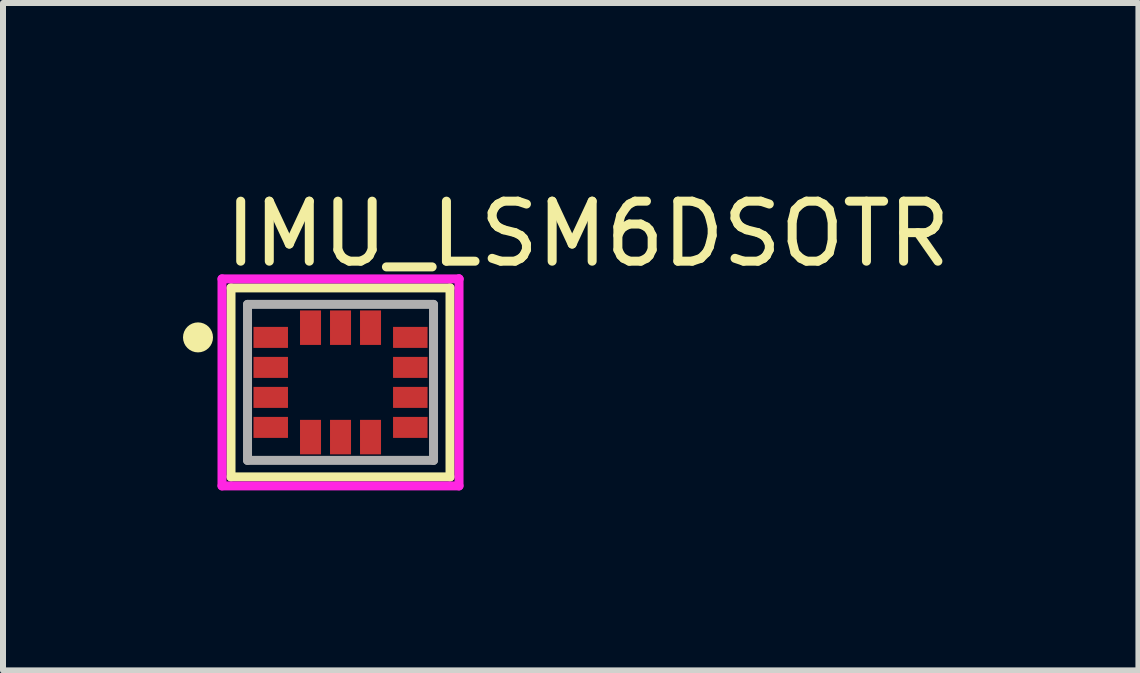
<source format=kicad_pcb>
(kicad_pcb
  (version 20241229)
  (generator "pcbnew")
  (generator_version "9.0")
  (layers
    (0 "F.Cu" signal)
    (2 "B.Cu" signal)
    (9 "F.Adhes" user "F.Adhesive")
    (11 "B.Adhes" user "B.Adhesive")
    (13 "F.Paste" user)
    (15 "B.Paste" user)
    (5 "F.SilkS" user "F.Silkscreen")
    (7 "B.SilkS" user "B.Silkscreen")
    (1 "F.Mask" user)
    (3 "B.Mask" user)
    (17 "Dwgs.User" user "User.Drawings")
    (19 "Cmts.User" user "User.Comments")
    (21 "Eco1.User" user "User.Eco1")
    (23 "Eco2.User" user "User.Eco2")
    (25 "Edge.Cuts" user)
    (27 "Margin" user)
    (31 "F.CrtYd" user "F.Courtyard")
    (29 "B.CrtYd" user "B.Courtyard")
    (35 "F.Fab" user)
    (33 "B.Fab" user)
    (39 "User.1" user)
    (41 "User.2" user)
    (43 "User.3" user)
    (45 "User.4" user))
  (footprint "IMU_LSM6DSOTR"
    (layer "F.Cu")
    (at 2.625 3.323)
    (property "Reference" "IMU_LSM6DSOTR" (at -2 -2.475 0) (layer "F.SilkS") (effects (font (size 1 1) (thickness 0.15)) (justify left)))
    (attr through_hole)
    (fp_line (start -1.825 -1.575) (end 1.825 -1.575) (stroke (width 0.15) (type solid)) (layer "F.SilkS"))
    (fp_line (start -1.825 1.575) (end -1.825 -1.575) (stroke (width 0.15) (type solid)) (layer "F.SilkS"))
    (fp_line (start 1.825 -1.575) (end 1.825 1.575) (stroke (width 0.15) (type solid)) (layer "F.SilkS"))
    (fp_line (start 1.825 1.575) (end -1.825 1.575) (stroke (width 0.15) (type solid)) (layer "F.SilkS"))
    (fp_circle (center -2.375 -0.75) (end -2.25 -0.75) (stroke (width 0.25) (type solid)) (fill no) (layer "F.SilkS"))
    (fp_line (start -1.975 -1.725) (end -1.975 1.725) (stroke (width 0.15) (type solid)) (layer "F.CrtYd"))
    (fp_line (start -1.975 1.725) (end 1.975 1.725) (stroke (width 0.15) (type solid)) (layer "F.CrtYd"))
    (fp_line (start 1.975 -1.725) (end -1.975 -1.725) (stroke (width 0.15) (type solid)) (layer "F.CrtYd"))
    (fp_line (start 1.975 -1.725) (end 1.975 -1.725) (stroke (width 0.15) (type solid)) (layer "F.CrtYd"))
    (fp_line (start 1.975 1.725) (end 1.975 -1.725) (stroke (width 0.15) (type solid)) (layer "F.CrtYd"))
    (fp_line (start -1.55 -1.3) (end 1.55 -1.3) (stroke (width 0.15) (type solid)) (layer "F.Fab"))
    (fp_line (start -1.55 1.3) (end -1.55 -1.3) (stroke (width 0.15) (type solid)) (layer "F.Fab"))
    (fp_line (start 1.55 -1.3) (end 1.55 1.3) (stroke (width 0.15) (type solid)) (layer "F.Fab"))
    (fp_line (start 1.55 1.3) (end -1.55 1.3) (stroke (width 0.15) (type solid)) (layer "F.Fab"))
    (pad "1" smd rect (at -1.163 -0.75) (size 0.575 0.35) (layers "F.Cu" "F.Mask" "F.Paste"))
    (pad "2" smd rect (at -1.163 -0.25) (size 0.575 0.35) (layers "F.Cu" "F.Mask" "F.Paste"))
    (pad "3" smd rect (at -1.163 0.25) (size 0.575 0.35) (layers "F.Cu" "F.Mask" "F.Paste"))
    (pad "4" smd rect (at -1.163 0.75) (size 0.575 0.35) (layers "F.Cu" "F.Mask" "F.Paste"))
    (pad "5" smd rect (at -0.5 0.912) (size 0.35 0.575) (layers "F.Cu" "F.Mask" "F.Paste"))
    (pad "6" smd rect (at 0 0.912) (size 0.35 0.575) (layers "F.Cu" "F.Mask" "F.Paste"))
    (pad "7" smd rect (at 0.5 0.912) (size 0.35 0.575) (layers "F.Cu" "F.Mask" "F.Paste"))
    (pad "8" smd rect (at 1.163 0.75) (size 0.575 0.35) (layers "F.Cu" "F.Mask" "F.Paste"))
    (pad "9" smd rect (at 1.163 0.25) (size 0.575 0.35) (layers "F.Cu" "F.Mask" "F.Paste"))
    (pad "10" smd rect (at 1.163 -0.25) (size 0.575 0.35) (layers "F.Cu" "F.Mask" "F.Paste"))
    (pad "11" smd rect (at 1.163 -0.75) (size 0.575 0.35) (layers "F.Cu" "F.Mask" "F.Paste"))
    (pad "12" smd rect (at 0.5 -0.912) (size 0.35 0.575) (layers "F.Cu" "F.Mask" "F.Paste"))
    (pad "13" smd rect (at 0 -0.912) (size 0.35 0.575) (layers "F.Cu" "F.Mask" "F.Paste"))
    (pad "14" smd rect (at -0.5 -0.912) (size 0.35 0.575) (layers "F.Cu" "F.Mask" "F.Paste")))
  (gr_rect
    (start -3 -3)
    (end 15.923 8.123)
    (stroke (width 0.1) (type default))
    (fill no)
    (layer "Edge.Cuts")))
</source>
